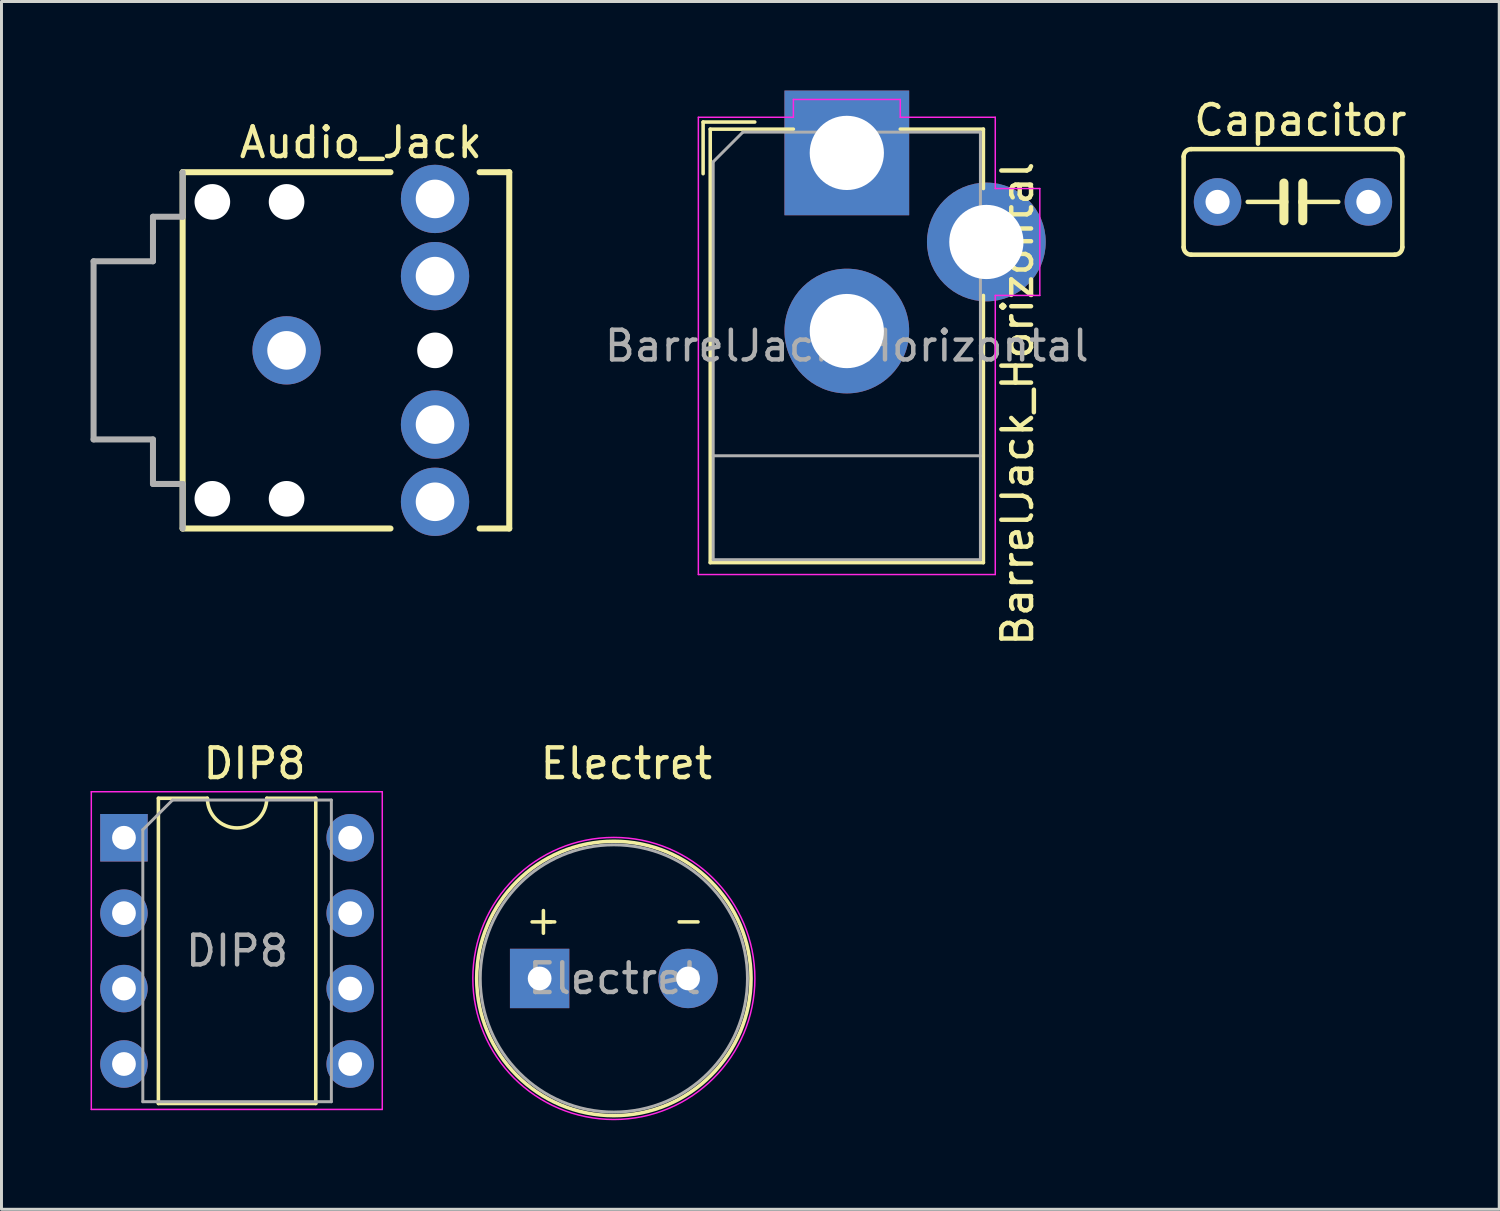
<source format=kicad_pcb>
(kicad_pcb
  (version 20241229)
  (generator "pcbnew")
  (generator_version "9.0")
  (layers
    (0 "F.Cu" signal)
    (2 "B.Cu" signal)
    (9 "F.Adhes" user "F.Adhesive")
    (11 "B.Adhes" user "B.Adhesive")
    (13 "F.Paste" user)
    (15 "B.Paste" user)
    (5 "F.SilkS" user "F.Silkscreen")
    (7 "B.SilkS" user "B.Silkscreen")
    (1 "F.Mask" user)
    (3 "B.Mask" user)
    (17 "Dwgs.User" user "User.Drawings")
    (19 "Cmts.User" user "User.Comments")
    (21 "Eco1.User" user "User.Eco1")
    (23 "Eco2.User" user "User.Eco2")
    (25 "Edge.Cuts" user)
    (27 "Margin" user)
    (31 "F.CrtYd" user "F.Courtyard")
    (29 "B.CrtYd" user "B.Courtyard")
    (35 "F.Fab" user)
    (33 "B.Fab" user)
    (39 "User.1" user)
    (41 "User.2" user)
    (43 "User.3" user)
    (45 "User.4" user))
  (footprint "BarrelJack_Horizontal"
    (layer "F.Cu")
    (at 25.471 2.1)
    (property "Reference" "BarrelJack_Horizontal" (at 5.75 8.45 90) (layer "F.SilkS") (effects (font (size 1 1) (thickness 0.15))))
    (attr through_hole)
    (fp_line (start -4.84 -1.04) (end -3.1 -1.04) (stroke (width 0.12) (type solid)) (layer "F.SilkS"))
    (fp_line (start -4.84 0.7) (end -4.84 -1.04) (stroke (width 0.12) (type solid)) (layer "F.SilkS"))
    (fp_line (start -4.6 -0.8) (end -1.8 -0.8) (stroke (width 0.12) (type solid)) (layer "F.SilkS"))
    (fp_line (start -4.6 13.8) (end -4.6 -0.8) (stroke (width 0.12) (type solid)) (layer "F.SilkS"))
    (fp_line (start 1.8 -0.8) (end 4.6 -0.8) (stroke (width 0.12) (type solid)) (layer "F.SilkS"))
    (fp_line (start 4.6 -0.8) (end 4.6 1.2) (stroke (width 0.12) (type solid)) (layer "F.SilkS"))
    (fp_line (start 4.6 4.8) (end 4.6 13.8) (stroke (width 0.12) (type solid)) (layer "F.SilkS"))
    (fp_line (start 4.6 13.8) (end -4.6 13.8) (stroke (width 0.12) (type solid)) (layer "F.SilkS"))
    (fp_line (start -5 -1.2) (end -1.8 -1.2) (stroke (width 0.05) (type solid)) (layer "F.CrtYd"))
    (fp_line (start -5 14.2) (end -5 -1.2) (stroke (width 0.05) (type solid)) (layer "F.CrtYd"))
    (fp_line (start -1.8 -1.8) (end 1.8 -1.8) (stroke (width 0.05) (type solid)) (layer "F.CrtYd"))
    (fp_line (start -1.8 -1.2) (end -1.8 -1.8) (stroke (width 0.05) (type solid)) (layer "F.CrtYd"))
    (fp_line (start 1.8 -1.8) (end 1.8 -1.2) (stroke (width 0.05) (type solid)) (layer "F.CrtYd"))
    (fp_line (start 1.8 -1.2) (end 5 -1.2) (stroke (width 0.05) (type solid)) (layer "F.CrtYd"))
    (fp_line (start 5 -1.2) (end 5 1.2) (stroke (width 0.05) (type solid)) (layer "F.CrtYd"))
    (fp_line (start 5 1.2) (end 6.5 1.2) (stroke (width 0.05) (type solid)) (layer "F.CrtYd"))
    (fp_line (start 5 4.8) (end 5 14.2) (stroke (width 0.05) (type solid)) (layer "F.CrtYd"))
    (fp_line (start 5 14.2) (end -5 14.2) (stroke (width 0.05) (type solid)) (layer "F.CrtYd"))
    (fp_line (start 6.5 1.2) (end 6.5 4.8) (stroke (width 0.05) (type solid)) (layer "F.CrtYd"))
    (fp_line (start 6.5 4.8) (end 5 4.8) (stroke (width 0.05) (type solid)) (layer "F.CrtYd"))
    (fp_line (start -4.5 0.3) (end -3.5 -0.7) (stroke (width 0.1) (type solid)) (layer "F.Fab"))
    (fp_line (start -4.5 10.2) (end 4.5 10.2) (stroke (width 0.1) (type solid)) (layer "F.Fab"))
    (fp_line (start -4.5 13.7) (end -4.5 0.3) (stroke (width 0.1) (type solid)) (layer "F.Fab"))
    (fp_line (start -3.5 -0.7) (end 4.5 -0.7) (stroke (width 0.1) (type solid)) (layer "F.Fab"))
    (fp_line (start 4.5 -0.7) (end 4.5 13.7) (stroke (width 0.1) (type solid)) (layer "F.Fab"))
    (fp_line (start 4.5 13.7) (end -4.5 13.7) (stroke (width 0.1) (type solid)) (layer "F.Fab"))
    (fp_text user "${REFERENCE}" (at 0 6.5 0) (layer "F.Fab") (effects (font (size 1 1) (thickness 0.15))))
    (pad "1" thru_hole rect (at 0 0) (size 4.2 4.2) (drill 2.5) (layers "*.Cu" "*.Mask"))
    (pad "2" thru_hole circle (at 0 6) (size 4.2 4.2) (drill 2.5) (layers "*.Cu" "*.Mask"))
    (pad "3" thru_hole circle (at 4.7 3) (size 4 4) (drill 2.5) (layers "*.Cu" "*.Mask")))
  (footprint "Audio_Jack"
    (layer "F.Cu")
    (at 8.602 0.25)
    (property "Reference" "Audio_Jack" (at 0.5 1.5 0) (layer "F.SilkS") (effects (font (size 1 1) (thickness 0.15))))
    (attr through_hole)
    (fp_circle (center -2 8.5) (end -1.67 8.5) (stroke (width 0.66) (type solid)) (fill no) (layer "F.Mask"))
    (fp_circle (center 3 3.4) (end 3.33 3.4) (stroke (width 0.66) (type solid)) (fill no) (layer "F.Mask"))
    (fp_circle (center 3 6) (end 3.33 6) (stroke (width 0.66) (type solid)) (fill no) (layer "F.Mask"))
    (fp_circle (center 3 11) (end 3.33 11) (stroke (width 0.66) (type solid)) (fill no) (layer "F.Mask"))
    (fp_circle (center 3 13.6) (end 3.33 13.6) (stroke (width 0.66) (type solid)) (fill no) (layer "F.Mask"))
    (fp_circle (center -2 8.5) (end -1.39 8.5) (stroke (width 1.219) (type solid)) (fill no) (layer "B.Mask"))
    (fp_circle (center 3 3.4) (end 3.61 3.4) (stroke (width 1.219) (type solid)) (fill no) (layer "B.Mask"))
    (fp_circle (center 3 6) (end 3.61 6) (stroke (width 1.219) (type solid)) (fill no) (layer "B.Mask"))
    (fp_circle (center 3 11) (end 3.61 11) (stroke (width 1.219) (type solid)) (fill no) (layer "B.Mask"))
    (fp_circle (center 3 13.6) (end 3.61 13.6) (stroke (width 1.219) (type solid)) (fill no) (layer "B.Mask"))
    (fp_line (start -5.5 2.5) (end -5.5 14.5) (stroke (width 0.203) (type solid)) (layer "F.SilkS"))
    (fp_line (start -5.5 2.5) (end 1.5 2.5) (stroke (width 0.203) (type solid)) (layer "F.SilkS"))
    (fp_line (start -5.5 14.5) (end 1.5 14.5) (stroke (width 0.203) (type solid)) (layer "F.SilkS"))
    (fp_line (start 5.5 2.5) (end 4.5 2.5) (stroke (width 0.203) (type solid)) (layer "F.SilkS"))
    (fp_line (start 5.5 2.5) (end 5.5 14.5) (stroke (width 0.203) (type solid)) (layer "F.SilkS"))
    (fp_line (start 5.5 14.5) (end 4.5 14.5) (stroke (width 0.203) (type solid)) (layer "F.SilkS"))
    (fp_line (start -8.5 5.5) (end -8.5 11.5) (stroke (width 0.203) (type solid)) (layer "F.Fab"))
    (fp_line (start -8.5 5.5) (end -6.5 5.5) (stroke (width 0.203) (type solid)) (layer "F.Fab"))
    (fp_line (start -8.5 11.5) (end -6.5 11.5) (stroke (width 0.203) (type solid)) (layer "F.Fab"))
    (fp_line (start -6.5 4) (end -6.5 5.5) (stroke (width 0.203) (type solid)) (layer "F.Fab"))
    (fp_line (start -6.5 4) (end -5.5 4) (stroke (width 0.203) (type solid)) (layer "F.Fab"))
    (fp_line (start -6.5 11.5) (end -6.5 13) (stroke (width 0.203) (type solid)) (layer "F.Fab"))
    (fp_line (start -6.5 13) (end -5.5 13) (stroke (width 0.203) (type solid)) (layer "F.Fab"))
    (fp_line (start -5.5 2.5) (end -5.5 4) (stroke (width 0.203) (type solid)) (layer "F.Fab"))
    (fp_line (start -5.5 13) (end -5.5 14.5) (stroke (width 0.203) (type solid)) (layer "F.Fab"))
    (pad "" np_thru_hole circle (at -4.5 3.5) (size 1.2 1.2) (drill 1.2) (layers "*.Cu" "*.Mask"))
    (pad "" np_thru_hole circle (at -4.5 13.5) (size 1.2 1.2) (drill 1.2) (layers "*.Cu" "*.Mask"))
    (pad "" np_thru_hole circle (at -2 3.5) (size 1.2 1.2) (drill 1.2) (layers "*.Cu" "*.Mask"))
    (pad "" np_thru_hole circle (at -2 13.5) (size 1.2 1.2) (drill 1.2) (layers "*.Cu" "*.Mask"))
    (pad "" np_thru_hole circle (at 3 8.5) (size 1.2 1.2) (drill 1.2) (layers "*.Cu" "*.Mask"))
    (pad "RING" thru_hole circle (at 3 3.4) (size 2.3 2.3) (drill 1.3) (layers "*.Cu" "*.Mask"))
    (pad "RSH" thru_hole circle (at 3 6) (size 2.3 2.3) (drill 1.3) (layers "*.Cu" "*.Mask"))
    (pad "SLEEVE" thru_hole circle (at -2 8.5) (size 2.3 2.3) (drill 1.3) (layers "*.Cu" "*.Mask"))
    (pad "TIP" thru_hole circle (at 3 13.6) (size 2.3 2.3) (drill 1.3) (layers "*.Cu" "*.Mask"))
    (pad "TSH" thru_hole circle (at 3 11) (size 2.3 2.3) (drill 1.3) (layers "*.Cu" "*.Mask")))
  (footprint "DIP8"
    (layer "F.Cu")
    (at 4.925 23.466)
    (property "Reference" "DIP8" (at 0.6 -0.8 0) (layer "F.SilkS") (effects (font (size 1 1) (thickness 0.15))))
    (attr through_hole)
    (fp_line (start -2.64 0.37) (end -2.64 10.65) (stroke (width 0.12) (type solid)) (layer "F.SilkS"))
    (fp_line (start -2.64 10.65) (end 2.66 10.65) (stroke (width 0.12) (type solid)) (layer "F.SilkS"))
    (fp_line (start -0.99 0.37) (end -2.64 0.37) (stroke (width 0.12) (type solid)) (layer "F.SilkS"))
    (fp_line (start 2.66 0.37) (end 1.01 0.37) (stroke (width 0.12) (type solid)) (layer "F.SilkS"))
    (fp_line (start 2.66 10.65) (end 2.66 0.37) (stroke (width 0.12) (type solid)) (layer "F.SilkS"))
    (fp_arc (start 1.01 0.37) (mid 0.01 1.37) (end -0.99 0.37) (stroke (width 0.12) (type solid)) (layer "F.SilkS"))
    (fp_line (start -4.9 0.15) (end -4.9 10.85) (stroke (width 0.05) (type solid)) (layer "F.CrtYd"))
    (fp_line (start -4.9 10.85) (end 4.9 10.85) (stroke (width 0.05) (type solid)) (layer "F.CrtYd"))
    (fp_line (start 4.9 0.15) (end -4.9 0.15) (stroke (width 0.05) (type solid)) (layer "F.CrtYd"))
    (fp_line (start 4.9 10.85) (end 4.9 0.15) (stroke (width 0.05) (type solid)) (layer "F.CrtYd"))
    (fp_line (start -3.165 1.43) (end -2.165 0.43) (stroke (width 0.1) (type solid)) (layer "F.Fab"))
    (fp_line (start -3.165 10.59) (end -3.165 1.43) (stroke (width 0.1) (type solid)) (layer "F.Fab"))
    (fp_line (start -2.165 0.43) (end 3.185 0.43) (stroke (width 0.1) (type solid)) (layer "F.Fab"))
    (fp_line (start 3.185 0.43) (end 3.185 10.59) (stroke (width 0.1) (type solid)) (layer "F.Fab"))
    (fp_line (start 3.185 10.59) (end -3.165 10.59) (stroke (width 0.1) (type solid)) (layer "F.Fab"))
    (fp_text user "${REFERENCE}" (at 0.01 5.51 0) (layer "F.Fab") (effects (font (size 1 1) (thickness 0.15))))
    (pad "1" thru_hole rect (at -3.8 1.7) (size 1.6 1.6) (drill 0.8) (layers "*.Cu" "*.Mask"))
    (pad "2" thru_hole oval (at -3.8 4.24) (size 1.6 1.6) (drill 0.8) (layers "*.Cu" "*.Mask"))
    (pad "3" thru_hole oval (at -3.8 6.78) (size 1.6 1.6) (drill 0.8) (layers "*.Cu" "*.Mask"))
    (pad "4" thru_hole oval (at -3.8 9.32) (size 1.6 1.6) (drill 0.8) (layers "*.Cu" "*.Mask"))
    (pad "5" thru_hole oval (at 3.82 9.32) (size 1.6 1.6) (drill 0.8) (layers "*.Cu" "*.Mask"))
    (pad "6" thru_hole oval (at 3.82 6.78) (size 1.6 1.6) (drill 0.8) (layers "*.Cu" "*.Mask"))
    (pad "7" thru_hole oval (at 3.82 4.24) (size 1.6 1.6) (drill 0.8) (layers "*.Cu" "*.Mask"))
    (pad "8" thru_hole oval (at 3.82 1.7) (size 1.6 1.6) (drill 0.8) (layers "*.Cu" "*.Mask")))
  (footprint "Capacitor"
    (layer "F.Cu")
    (at 39.998 0.25)
    (property "Reference" "Capacitor" (at 0.75 0.75 0) (layer "F.SilkS") (effects (font (size 1 1) (thickness 0.15))))
    (attr through_hole)
    (fp_line (start -3.183 1.976) (end -3.183 5.024) (stroke (width 0.152) (type solid)) (layer "F.SilkS"))
    (fp_line (start -2.929 5.278) (end 3.929 5.278) (stroke (width 0.152) (type solid)) (layer "F.SilkS"))
    (fp_line (start 0.195 2.865) (end 0.195 3.5) (stroke (width 0.305) (type solid)) (layer "F.SilkS"))
    (fp_line (start 0.195 3.5) (end -1.024 3.5) (stroke (width 0.152) (type solid)) (layer "F.SilkS"))
    (fp_line (start 0.195 3.5) (end 0.195 4.135) (stroke (width 0.305) (type solid)) (layer "F.SilkS"))
    (fp_line (start 0.83 2.865) (end 0.83 3.5) (stroke (width 0.305) (type solid)) (layer "F.SilkS"))
    (fp_line (start 0.83 3.5) (end 0.83 4.135) (stroke (width 0.305) (type solid)) (layer "F.SilkS"))
    (fp_line (start 0.83 3.5) (end 2.024 3.5) (stroke (width 0.152) (type solid)) (layer "F.SilkS"))
    (fp_line (start 3.929 1.722) (end -2.929 1.722) (stroke (width 0.152) (type solid)) (layer "F.SilkS"))
    (fp_line (start 4.183 5.024) (end 4.183 1.976) (stroke (width 0.152) (type solid)) (layer "F.SilkS"))
    (fp_arc (start -3.183 1.976) (mid -3.108605 1.796395) (end -2.929 1.722) (stroke (width 0.1524) (type solid)) (layer "F.SilkS"))
    (fp_arc (start -2.929 5.278) (mid -3.108605 5.203605) (end -3.183 5.024) (stroke (width 0.1524) (type solid)) (layer "F.SilkS"))
    (fp_arc (start 3.929 1.722) (mid 4.108605 1.796395) (end 4.183 1.976) (stroke (width 0.1524) (type solid)) (layer "F.SilkS"))
    (fp_arc (start 4.183 5.024) (mid 4.108605 5.203605) (end 3.929 5.278) (stroke (width 0.1524) (type solid)) (layer "F.SilkS"))
    (pad "1" thru_hole circle (at -2.04 3.5) (size 1.6 1.6) (drill 0.813) (layers "*.Cu" "*.Mask"))
    (pad "2" thru_hole circle (at 3.04 3.5) (size 1.6 1.6) (drill 0.813) (layers "*.Cu" "*.Mask")))
  (footprint "Electret"
    (layer "F.Cu")
    (at 17.538 26.222)
    (property "Reference" "Electret" (at 0.508 -3.556 0) (layer "F.SilkS") (effects (font (size 1 1) (thickness 0.15))))
    (attr through_hole)
    (fp_line (start -2.667 1.778) (end -2.032 1.778) (stroke (width 0.12) (type solid)) (layer "F.SilkS"))
    (fp_line (start -2.286 1.397) (end -2.286 2.159) (stroke (width 0.12) (type solid)) (layer "F.SilkS"))
    (fp_line (start -2.159 1.778) (end -1.905 1.778) (stroke (width 0.12) (type solid)) (layer "F.SilkS"))
    (fp_line (start 2.286 1.778) (end 2.921 1.778) (stroke (width 0.12) (type solid)) (layer "F.SilkS"))
    (fp_circle (center 0.087 3.683) (end 4.707 3.683) (stroke (width 0.12) (type solid)) (fill no) (layer "F.SilkS"))
    (fp_circle (center 0.087 3.683) (end 4.837 3.683) (stroke (width 0.05) (type solid)) (fill no) (layer "F.CrtYd"))
    (fp_circle (center 0.087 3.683) (end 4.587 3.683) (stroke (width 0.1) (type solid)) (fill no) (layer "F.Fab"))
    (fp_text user "${REFERENCE}" (at 0.087 3.683 0) (layer "F.Fab") (effects (font (size 1 1) (thickness 0.15))))
    (pad "1" thru_hole rect (at -2.413 3.683) (size 2 2) (drill 0.8) (layers "*.Cu" "*.Mask"))
    (pad "2" thru_hole circle (at 2.587 3.683) (size 2 2) (drill 0.8) (layers "*.Cu" "*.Mask")))
  (gr_rect
    (start -3 -3)
    (end 47.445 37.68)
    (stroke (width 0.1) (type default))
    (fill no)
    (layer "Edge.Cuts")))
</source>
